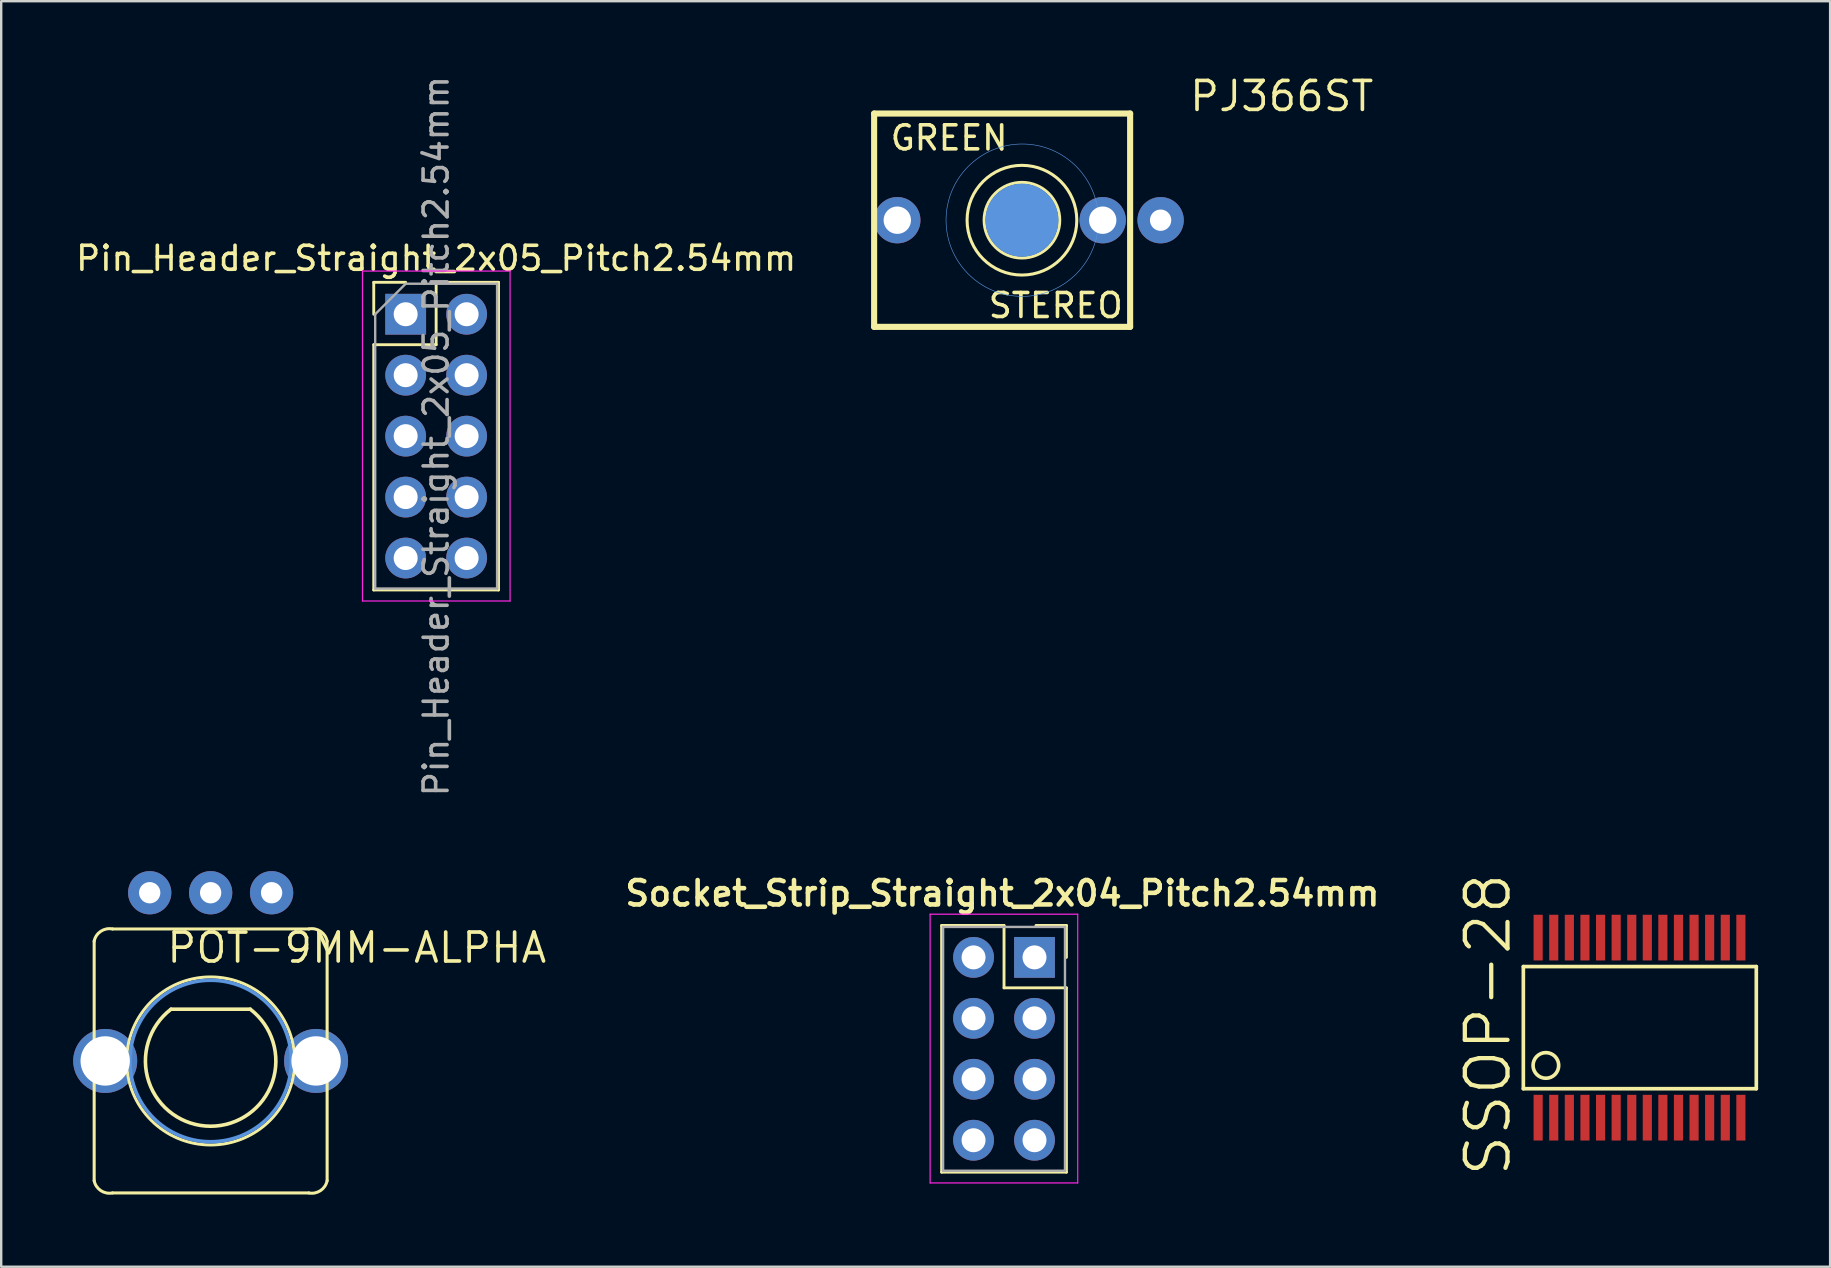
<source format=kicad_pcb>
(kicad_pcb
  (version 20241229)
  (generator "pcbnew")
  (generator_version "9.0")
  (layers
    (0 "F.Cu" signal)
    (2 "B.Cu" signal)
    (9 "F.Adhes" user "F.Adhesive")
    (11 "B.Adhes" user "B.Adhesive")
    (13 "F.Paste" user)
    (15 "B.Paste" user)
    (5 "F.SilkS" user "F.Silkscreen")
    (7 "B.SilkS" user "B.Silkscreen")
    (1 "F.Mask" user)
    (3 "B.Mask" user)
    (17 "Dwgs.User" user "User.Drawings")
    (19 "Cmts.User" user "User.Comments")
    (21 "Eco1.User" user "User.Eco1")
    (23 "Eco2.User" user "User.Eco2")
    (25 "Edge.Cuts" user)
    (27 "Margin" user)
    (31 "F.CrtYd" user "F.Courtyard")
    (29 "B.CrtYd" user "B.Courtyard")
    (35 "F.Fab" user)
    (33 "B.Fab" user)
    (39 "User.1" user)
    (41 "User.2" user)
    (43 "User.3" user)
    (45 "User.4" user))
  (footprint "Pin_Header_Straight_2x05_Pitch2.54mm"
    (layer "F.Cu")
    (at 13.855 10.045)
    (property "Reference" "Pin_Header_Straight_2x05_Pitch2.54mm" (at 1.27 -2.33 0) (layer "F.SilkS") (effects (font (size 1 1) (thickness 0.15))))
    (attr through_hole)
    (fp_line (start -1.33 -1.33) (end 0 -1.33) (stroke (width 0.12) (type solid)) (layer "F.SilkS"))
    (fp_line (start -1.33 0) (end -1.33 -1.33) (stroke (width 0.12) (type solid)) (layer "F.SilkS"))
    (fp_line (start -1.33 1.27) (end -1.33 11.49) (stroke (width 0.12) (type solid)) (layer "F.SilkS"))
    (fp_line (start -1.33 1.27) (end 1.27 1.27) (stroke (width 0.12) (type solid)) (layer "F.SilkS"))
    (fp_line (start -1.33 11.49) (end 3.87 11.49) (stroke (width 0.12) (type solid)) (layer "F.SilkS"))
    (fp_line (start 1.27 -1.33) (end 3.87 -1.33) (stroke (width 0.12) (type solid)) (layer "F.SilkS"))
    (fp_line (start 1.27 1.27) (end 1.27 -1.33) (stroke (width 0.12) (type solid)) (layer "F.SilkS"))
    (fp_line (start 3.87 -1.33) (end 3.87 11.49) (stroke (width 0.12) (type solid)) (layer "F.SilkS"))
    (fp_line (start -1.8 -1.8) (end -1.8 11.95) (stroke (width 0.05) (type solid)) (layer "F.CrtYd"))
    (fp_line (start -1.8 11.95) (end 4.35 11.95) (stroke (width 0.05) (type solid)) (layer "F.CrtYd"))
    (fp_line (start 4.35 -1.8) (end -1.8 -1.8) (stroke (width 0.05) (type solid)) (layer "F.CrtYd"))
    (fp_line (start 4.35 11.95) (end 4.35 -1.8) (stroke (width 0.05) (type solid)) (layer "F.CrtYd"))
    (fp_line (start -1.27 0) (end 0 -1.27) (stroke (width 0.1) (type solid)) (layer "F.Fab"))
    (fp_line (start -1.27 11.43) (end -1.27 0) (stroke (width 0.1) (type solid)) (layer "F.Fab"))
    (fp_line (start 0 -1.27) (end 3.81 -1.27) (stroke (width 0.1) (type solid)) (layer "F.Fab"))
    (fp_line (start 3.81 -1.27) (end 3.81 11.43) (stroke (width 0.1) (type solid)) (layer "F.Fab"))
    (fp_line (start 3.81 11.43) (end -1.27 11.43) (stroke (width 0.1) (type solid)) (layer "F.Fab"))
    (fp_text user "${REFERENCE}" (at 1.27 5.08 90) (layer "F.Fab") (effects (font (size 1 1) (thickness 0.15))))
    (pad "1" thru_hole rect (at 0 0) (size 1.7 1.7) (drill 1) (layers "*.Cu" "*.Mask"))
    (pad "2" thru_hole oval (at 2.54 0) (size 1.7 1.7) (drill 1) (layers "*.Cu" "*.Mask"))
    (pad "3" thru_hole oval (at 0 2.54) (size 1.7 1.7) (drill 1) (layers "*.Cu" "*.Mask"))
    (pad "4" thru_hole oval (at 2.54 2.54) (size 1.7 1.7) (drill 1) (layers "*.Cu" "*.Mask"))
    (pad "5" thru_hole oval (at 0 5.08) (size 1.7 1.7) (drill 1) (layers "*.Cu" "*.Mask"))
    (pad "6" thru_hole oval (at 2.54 5.08) (size 1.7 1.7) (drill 1) (layers "*.Cu" "*.Mask"))
    (pad "7" thru_hole oval (at 0 7.62) (size 1.7 1.7) (drill 1) (layers "*.Cu" "*.Mask"))
    (pad "8" thru_hole oval (at 2.54 7.62) (size 1.7 1.7) (drill 1) (layers "*.Cu" "*.Mask"))
    (pad "9" thru_hole oval (at 0 10.16) (size 1.7 1.7) (drill 1) (layers "*.Cu" "*.Mask"))
    (pad "10" thru_hole oval (at 2.54 10.16) (size 1.7 1.7) (drill 1) (layers "*.Cu" "*.Mask")))
  (footprint "PJ366ST"
    (layer "F.Cu")
    (at 39.549 6.126)
    (property "Reference" "PJ366ST" (at 6.896 -4.463 0) (layer "F.SilkS") (effects (font (size 1.206 1.206) (thickness 0.152)) (justify left bottom)))
    (attr through_hole)
    (fp_line (start -6.172 -4.445) (end -6.172 4.445) (stroke (width 0.254) (type solid)) (layer "F.SilkS"))
    (fp_line (start -6.172 4.445) (end 4.496 4.445) (stroke (width 0.254) (type solid)) (layer "F.SilkS"))
    (fp_line (start 4.496 -4.445) (end -6.172 -4.445) (stroke (width 0.254) (type solid)) (layer "F.SilkS"))
    (fp_line (start 4.496 4.445) (end 4.496 -4.445) (stroke (width 0.254) (type solid)) (layer "F.SilkS"))
    (fp_circle (center -0.013 0) (end 1.562 0) (stroke (width 0.127) (type solid)) (fill no) (layer "F.SilkS"))
    (fp_circle (center -0.013 0) (end 2.273 0) (stroke (width 0.127) (type solid)) (fill no) (layer "F.SilkS"))
    (fp_circle (center -0.013 0) (end 1.511 0) (stroke (width 0) (type solid)) (fill yes) (layer "Cmts.User"))
    (fp_circle (center 0 0) (end 3.175 0) (stroke (width 0.025) (type solid)) (fill no) (layer "Cmts.User"))
    (fp_text user "GREEN" (at -3.048 -3.429 0) (layer "F.SilkS") (effects (font (size 1 1) (thickness 0.15))))
    (fp_text user "STEREO" (at 1.397 3.556 0) (layer "F.SilkS") (effects (font (size 1 1) (thickness 0.15))))
    (pad "1" thru_hole circle (at 5.766 0) (size 1.93 1.93) (drill 0.889) (layers "*.Cu" "*.Mask"))
    (pad "2" thru_hole circle (at -5.207 0) (size 1.93 1.93) (drill 1.143) (layers "*.Cu" "*.Mask"))
    (pad "3" thru_hole circle (at 3.353 0) (size 1.93 1.93) (drill 1.143) (layers "*.Cu" "*.Mask")))
  (footprint "Socket_Strip_Straight_2x04_Pitch2.54mm"
    (layer "F.Cu")
    (at 40.06 36.846)
    (property "Reference" "Socket_Strip_Straight_2x04_Pitch2.54mm" (at -1.338 -2.667 0) (layer "F.SilkS") (effects (font (size 1.016 1.016) (thickness 0.191))))
    (attr through_hole)
    (fp_line (start -3.87 -1.33) (end -1.27 -1.33) (stroke (width 0.12) (type solid)) (layer "F.SilkS"))
    (fp_line (start -3.87 8.95) (end -3.87 -1.33) (stroke (width 0.12) (type solid)) (layer "F.SilkS"))
    (fp_line (start -1.27 -1.33) (end -1.27 1.27) (stroke (width 0.12) (type solid)) (layer "F.SilkS"))
    (fp_line (start -1.27 1.27) (end 1.33 1.27) (stroke (width 0.12) (type solid)) (layer "F.SilkS"))
    (fp_line (start 1.33 -1.33) (end 0.06 -1.33) (stroke (width 0.12) (type solid)) (layer "F.SilkS"))
    (fp_line (start 1.33 0) (end 1.33 -1.33) (stroke (width 0.12) (type solid)) (layer "F.SilkS"))
    (fp_line (start 1.33 1.27) (end 1.33 8.95) (stroke (width 0.12) (type solid)) (layer "F.SilkS"))
    (fp_line (start 1.33 8.95) (end -3.87 8.95) (stroke (width 0.12) (type solid)) (layer "F.SilkS"))
    (fp_line (start -4.35 -1.8) (end -4.35 9.4) (stroke (width 0.05) (type solid)) (layer "F.CrtYd"))
    (fp_line (start -4.35 9.4) (end 1.8 9.4) (stroke (width 0.05) (type solid)) (layer "F.CrtYd"))
    (fp_line (start 1.8 -1.8) (end -4.35 -1.8) (stroke (width 0.05) (type solid)) (layer "F.CrtYd"))
    (fp_line (start 1.8 9.4) (end 1.8 -1.8) (stroke (width 0.05) (type solid)) (layer "F.CrtYd"))
    (fp_line (start -3.81 -1.27) (end -3.81 8.89) (stroke (width 0.1) (type solid)) (layer "F.Fab"))
    (fp_line (start -3.81 8.89) (end 1.27 8.89) (stroke (width 0.1) (type solid)) (layer "F.Fab"))
    (fp_line (start 1.27 -1.27) (end -3.81 -1.27) (stroke (width 0.1) (type solid)) (layer "F.Fab"))
    (fp_line (start 1.27 8.89) (end 1.27 -1.27) (stroke (width 0.1) (type solid)) (layer "F.Fab"))
    (fp_text user "" (at -1.27 -2.33 0) (layer "F.Fab") (effects (font (size 1.016 1.016) (thickness 0.191))))
    (pad "1" thru_hole rect (at 0 0) (size 1.7 1.7) (drill 1) (layers "*.Cu" "*.Mask"))
    (pad "2" thru_hole oval (at -2.54 0) (size 1.7 1.7) (drill 1) (layers "*.Cu" "*.Mask"))
    (pad "3" thru_hole oval (at 0 2.54) (size 1.7 1.7) (drill 1) (layers "*.Cu" "*.Mask"))
    (pad "4" thru_hole oval (at -2.54 2.54) (size 1.7 1.7) (drill 1) (layers "*.Cu" "*.Mask"))
    (pad "5" thru_hole oval (at 0 5.08) (size 1.7 1.7) (drill 1) (layers "*.Cu" "*.Mask"))
    (pad "6" thru_hole oval (at -2.54 5.08) (size 1.7 1.7) (drill 1) (layers "*.Cu" "*.Mask"))
    (pad "7" thru_hole oval (at 0 7.62) (size 1.7 1.7) (drill 1) (layers "*.Cu" "*.Mask"))
    (pad "8" thru_hole oval (at -2.54 7.62) (size 1.7 1.7) (drill 1) (layers "*.Cu" "*.Mask")))
  (footprint "SSOP-28"
    (layer "F.Cu")
    (at 65.597 39.774)
    (property "Reference" "SSOP-28" (at -6.64 -0.127 90) (layer "F.SilkS") (effects (font (size 1.778 1.778) (thickness 0.178))))
    (attr smd)
    (fp_line (start -5.166 -2.545) (end -5.166 2.545) (stroke (width 0.152) (type solid)) (layer "F.SilkS"))
    (fp_line (start -5.166 2.545) (end 4.542 2.545) (stroke (width 0.152) (type solid)) (layer "F.SilkS"))
    (fp_line (start 4.542 -2.545) (end -5.166 -2.545) (stroke (width 0.152) (type solid)) (layer "F.SilkS"))
    (fp_line (start 4.542 2.545) (end 4.542 -2.545) (stroke (width 0.152) (type solid)) (layer "F.SilkS"))
    (fp_circle (center -4.227 1.575) (end -4.227 1.041) (stroke (width 0.152) (type solid)) (fill no) (layer "F.SilkS"))
    (pad "1" smd rect (at -4.549 3.752 90) (size 1.905 0.381) (layers "F.Cu" "F.Mask" "F.Paste"))
    (pad "2" smd rect (at -3.899 3.752 90) (size 1.905 0.381) (layers "F.Cu" "F.Mask" "F.Paste"))
    (pad "3" smd rect (at -3.249 3.752 90) (size 1.905 0.381) (layers "F.Cu" "F.Mask" "F.Paste"))
    (pad "4" smd rect (at -2.598 3.752 90) (size 1.905 0.381) (layers "F.Cu" "F.Mask" "F.Paste"))
    (pad "5" smd rect (at -1.948 3.752 90) (size 1.905 0.381) (layers "F.Cu" "F.Mask" "F.Paste"))
    (pad "6" smd rect (at -1.298 3.752 90) (size 1.905 0.381) (layers "F.Cu" "F.Mask" "F.Paste"))
    (pad "7" smd rect (at -0.648 3.752 90) (size 1.905 0.381) (layers "F.Cu" "F.Mask" "F.Paste"))
    (pad "8" smd rect (at 0 3.752 90) (size 1.905 0.381) (layers "F.Cu" "F.Mask" "F.Paste"))
    (pad "9" smd rect (at 0.648 3.752 90) (size 1.905 0.381) (layers "F.Cu" "F.Mask" "F.Paste"))
    (pad "10" smd rect (at 1.298 3.752 90) (size 1.905 0.381) (layers "F.Cu" "F.Mask" "F.Paste"))
    (pad "11" smd rect (at 1.948 3.752 90) (size 1.905 0.381) (layers "F.Cu" "F.Mask" "F.Paste"))
    (pad "12" smd rect (at 2.598 3.752 90) (size 1.905 0.381) (layers "F.Cu" "F.Mask" "F.Paste"))
    (pad "13" smd rect (at 3.249 3.752 90) (size 1.905 0.381) (layers "F.Cu" "F.Mask" "F.Paste"))
    (pad "14" smd rect (at 3.899 3.752 90) (size 1.905 0.381) (layers "F.Cu" "F.Mask" "F.Paste"))
    (pad "15" smd rect (at 3.899 -3.752 90) (size 1.905 0.381) (layers "F.Cu" "F.Mask" "F.Paste"))
    (pad "16" smd rect (at 3.249 -3.752 90) (size 1.905 0.381) (layers "F.Cu" "F.Mask" "F.Paste"))
    (pad "17" smd rect (at 2.598 -3.752 90) (size 1.905 0.381) (layers "F.Cu" "F.Mask" "F.Paste"))
    (pad "18" smd rect (at 1.948 -3.752 90) (size 1.905 0.381) (layers "F.Cu" "F.Mask" "F.Paste"))
    (pad "19" smd rect (at 1.298 -3.752 90) (size 1.905 0.381) (layers "F.Cu" "F.Mask" "F.Paste"))
    (pad "20" smd rect (at 0.648 -3.752 90) (size 1.905 0.381) (layers "F.Cu" "F.Mask" "F.Paste"))
    (pad "21" smd rect (at 0 -3.752 90) (size 1.905 0.381) (layers "F.Cu" "F.Mask" "F.Paste"))
    (pad "22" smd rect (at -0.648 -3.752 90) (size 1.905 0.381) (layers "F.Cu" "F.Mask" "F.Paste"))
    (pad "23" smd rect (at -1.298 -3.752 90) (size 1.905 0.381) (layers "F.Cu" "F.Mask" "F.Paste"))
    (pad "24" smd rect (at -1.948 -3.752 90) (size 1.905 0.381) (layers "F.Cu" "F.Mask" "F.Paste"))
    (pad "25" smd rect (at -2.598 -3.752 90) (size 1.905 0.381) (layers "F.Cu" "F.Mask" "F.Paste"))
    (pad "26" smd rect (at -3.249 -3.752 90) (size 1.905 0.381) (layers "F.Cu" "F.Mask" "F.Paste"))
    (pad "27" smd rect (at -3.899 -3.752 90) (size 1.905 0.381) (layers "F.Cu" "F.Mask" "F.Paste"))
    (pad "28" smd rect (at -4.549 -3.752 90) (size 1.905 0.381) (layers "F.Cu" "F.Mask" "F.Paste")))
  (footprint "POT-9MM-ALPHA"
    (layer "F.Cu")
    (at 5.728 41.164)
    (property "Reference" "POT-9MM-ALPHA" (at -1.905 -4.013 0) (layer "F.SilkS") (effects (font (size 1.206 1.206) (thickness 0.152)) (justify left bottom)))
    (attr through_hole)
    (fp_line (start -4.854 -4.992) (end -4.854 4.988) (stroke (width 0.127) (type solid)) (layer "F.SilkS"))
    (fp_line (start -4.09 5.498) (end 4.09 5.498) (stroke (width 0.127) (type solid)) (layer "F.SilkS"))
    (fp_line (start 1.651 -2.159) (end -1.651 -2.159) (stroke (width 0.15) (type solid)) (layer "F.SilkS"))
    (fp_line (start 4.09 -5.502) (end -4.09 -5.502) (stroke (width 0.127) (type solid)) (layer "F.SilkS"))
    (fp_line (start 4.854 4.988) (end 4.854 -4.992) (stroke (width 0.127) (type solid)) (layer "F.SilkS"))
    (fp_arc (start -4.854163 -4.991943) (mid -4.577817 -5.405102) (end -4.090263 -5.501843) (stroke (width 0.127) (type solid)) (layer "F.SilkS"))
    (fp_arc (start -4.090263 5.498157) (mid -4.577817 5.401416) (end -4.854163 4.988257) (stroke (width 0.127) (type solid)) (layer "F.SilkS"))
    (fp_arc (start 1.651 -2.159) (mid 0 2.717919) (end -1.651 -2.159) (stroke (width 0.15) (type solid)) (layer "F.SilkS"))
    (fp_arc (start 4.089937 -5.501843) (mid 4.577491 -5.405102) (end 4.853837 -4.991943) (stroke (width 0.127) (type solid)) (layer "F.SilkS"))
    (fp_arc (start 4.853837 4.988257) (mid 4.577491 5.401416) (end 4.089937 5.498157) (stroke (width 0.127) (type solid)) (layer "F.SilkS"))
    (fp_circle (center -0.000163 -0.002) (end -3.5 -0.002) (stroke (width 0.127) (type solid)) (fill no) (layer "F.SilkS"))
    (fp_circle (center 0 0) (end -3.365 0) (stroke (width 0.15) (type solid)) (fill no) (layer "Cmts.User"))
    (pad "1" thru_hole circle (at 2.54 -7.012 270) (size 1.803 1.803) (drill 0.889) (layers "*.Cu" "*.Mask"))
    (pad "2" thru_hole circle (at -0.000163 -7.012 270) (size 1.803 1.803) (drill 0.889) (layers "*.Cu" "*.Mask"))
    (pad "3" thru_hole circle (at -2.54 -7.012 270) (size 1.803 1.803) (drill 0.889) (layers "*.Cu" "*.Mask"))
    (pad "4" thru_hole circle (at 4.394 -0.002) (size 2.667 2.667) (drill 2.057) (layers "*.Cu" "*.Mask"))
    (pad "5" thru_hole circle (at -4.394 -0.002) (size 2.667 2.667) (drill 2.057) (layers "*.Cu" "*.Mask")))
  (gr_rect
    (start -3 -3)
    (end 73.215 49.738)
    (stroke (width 0.1) (type default))
    (fill no)
    (layer "Edge.Cuts")))
</source>
